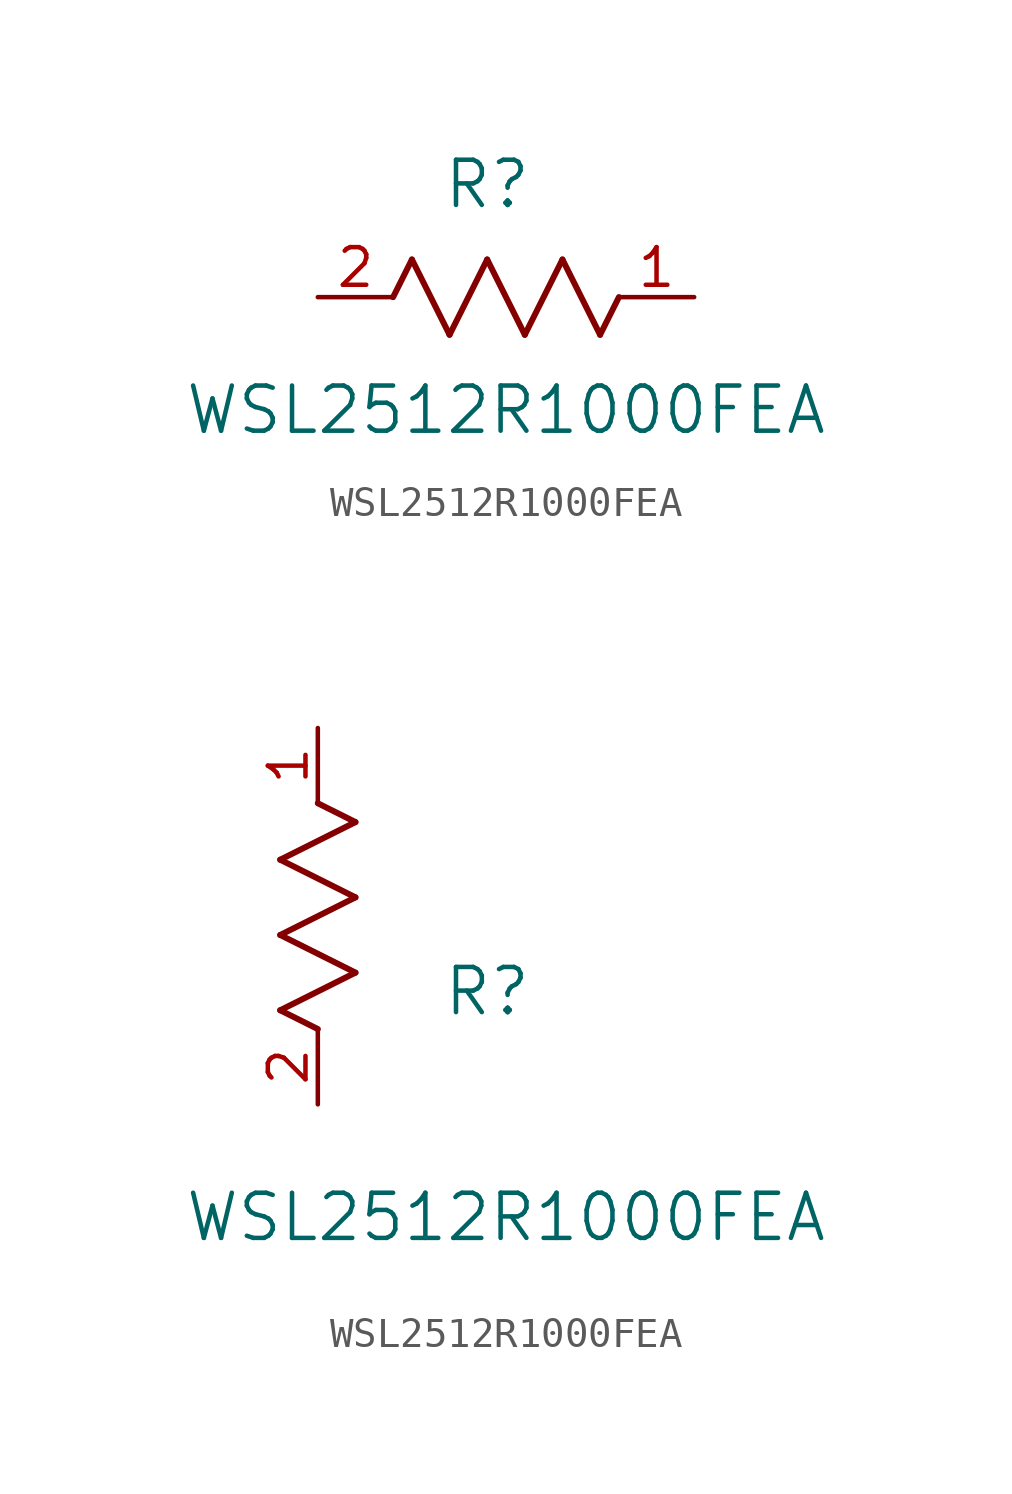
<source format=kicad_sym>
(kicad_symbol_lib
  (version 20211014)
  (generator kicad_symbol_editor)
  (symbol "WSL2512R1000FEA"
    (pin_names
      (offset 0.254))
    (property "Reference" "R"
      (at 5.715 3.81 0)
      (effects (font (size 1.524 1.524))))
    (property "Value" "WSL2512R1000FEA"
      (at 6.35 -3.81 0)
      (effects (font (size 1.524 1.524))))
    (symbol "WSL2512R1000FEA_1_1"
      (polyline (pts (xy 3.175 1.27) (xy 4.445 -1.27)) (stroke (width 0.203) (type default) (color 0 0 0 0)) (fill (type none)))
      (polyline (pts (xy 4.445 -1.27) (xy 5.715 1.27)) (stroke (width 0.203) (type default) (color 0 0 0 0)) (fill (type none)))
      (polyline (pts (xy 5.715 1.27) (xy 6.985 -1.27)) (stroke (width 0.203) (type default) (color 0 0 0 0)) (fill (type none)))
      (polyline (pts (xy 6.985 -1.27) (xy 8.255 1.27)) (stroke (width 0.203) (type default) (color 0 0 0 0)) (fill (type none)))
      (polyline (pts (xy 8.255 1.27) (xy 9.525 -1.27)) (stroke (width 0.203) (type default) (color 0 0 0 0)) (fill (type none)))
      (polyline (pts (xy 2.54 0) (xy 3.175 1.27)) (stroke (width 0.203) (type default) (color 0 0 0 0)) (fill (type none)))
      (polyline (pts (xy 9.525 -1.27) (xy 10.16 0)) (stroke (width 0.203) (type default) (color 0 0 0 0)) (fill (type none)))
      (pin unspecified line (at 0 0 0) (length 2.54) (name "" (effects (font (size 1.27 1.27)))) (number "2" (effects (font (size 1.27 1.27)))))
      (pin unspecified line (at 12.7 0 180) (length 2.54) (name "" (effects (font (size 1.27 1.27)))) (number "1" (effects (font (size 1.27 1.27))))))
    (symbol "WSL2512R1000FEA_1_2"
      (polyline (pts (xy 0 2.54) (xy -1.27 3.175)) (stroke (width 0.203) (type default) (color 0 0 0 0)) (fill (type none)))
      (polyline (pts (xy -1.27 3.175) (xy 1.27 4.445)) (stroke (width 0.203) (type default) (color 0 0 0 0)) (fill (type none)))
      (polyline (pts (xy 1.27 4.445) (xy -1.27 5.715)) (stroke (width 0.203) (type default) (color 0 0 0 0)) (fill (type none)))
      (polyline (pts (xy -1.27 5.715) (xy 1.27 6.985)) (stroke (width 0.203) (type default) (color 0 0 0 0)) (fill (type none)))
      (polyline (pts (xy -1.27 8.255) (xy 1.27 9.525)) (stroke (width 0.203) (type default) (color 0 0 0 0)) (fill (type none)))
      (polyline (pts (xy 1.27 9.525) (xy 0 10.16)) (stroke (width 0.203) (type default) (color 0 0 0 0)) (fill (type none)))
      (polyline (pts (xy 1.27 6.985) (xy -1.27 8.255)) (stroke (width 0.203) (type default) (color 0 0 0 0)) (fill (type none)))
      (pin unspecified line (at 0 0 90) (length 2.54) (name "" (effects (font (size 1.27 1.27)))) (number "2" (effects (font (size 1.27 1.27)))))
      (pin unspecified line (at 0 12.7 270) (length 2.54) (name "" (effects (font (size 1.27 1.27)))) (number "1" (effects (font (size 1.27 1.27))))))))
</source>
